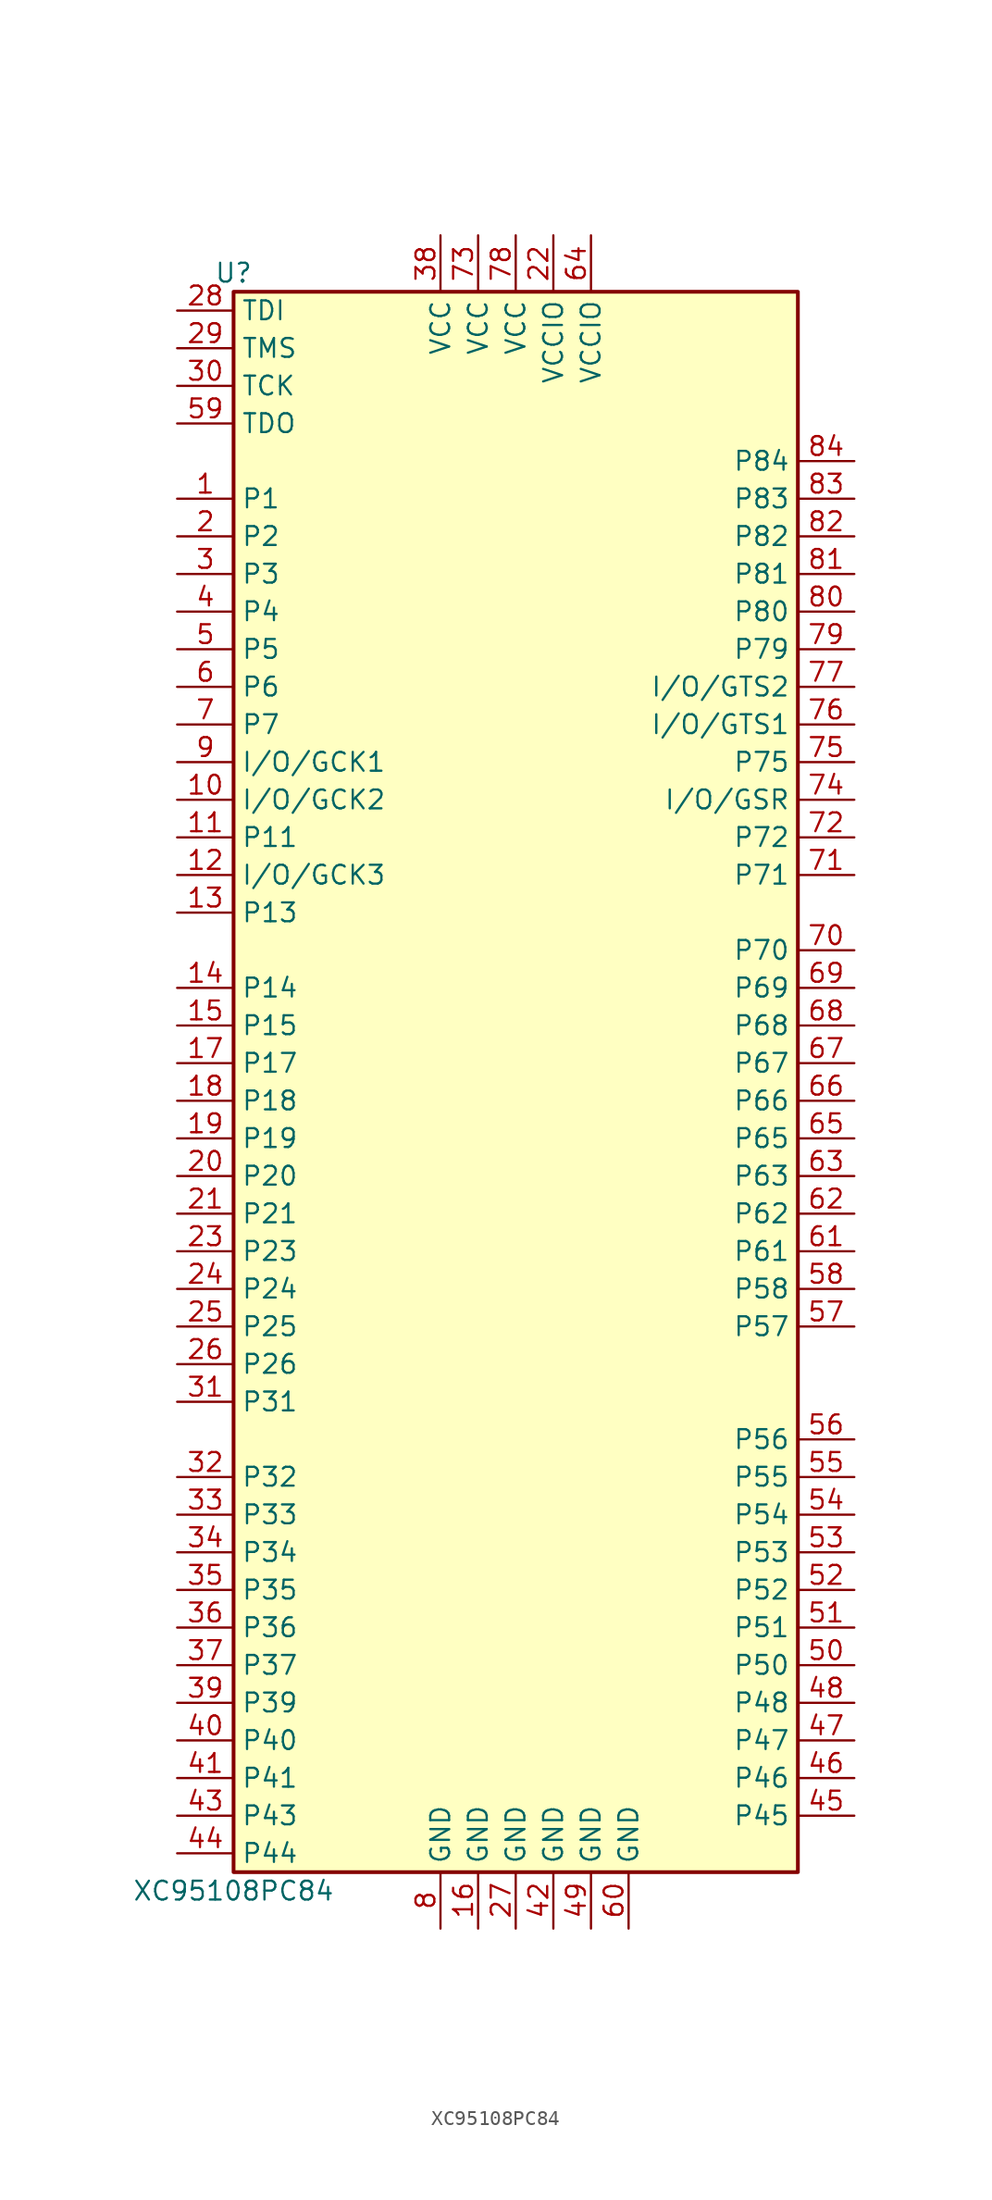
<source format=kicad_sym>
(kicad_symbol_lib
  (version 20201005)
  (generator kicad_symbol_editor)
  (symbol "CPLD_Xilinx:XC95108PC84"
    (property "Reference" "U"
      (at -19.05 53.34 0)
      (effects (font (size 1.27 1.27))))
    (property "Value" "XC95108PC84"
      (at -19.05 -55.88 0)
      (effects (font (size 1.27 1.27))))
    (symbol "XC95108PC84_1_1"
      (rectangle (start -19.05 52.07) (end 19.05 -54.61) (stroke (width 0.254)) (fill (type background)))
      (pin bidirectional line (at -22.86 38.1 0) (length 3.81) (name "P1" (effects (font (size 1.27 1.27)))) (number "1" (effects (font (size 1.27 1.27)))))
      (pin bidirectional line (at -22.86 35.56 0) (length 3.81) (name "P2" (effects (font (size 1.27 1.27)))) (number "2" (effects (font (size 1.27 1.27)))))
      (pin bidirectional line (at -22.86 33.02 0) (length 3.81) (name "P3" (effects (font (size 1.27 1.27)))) (number "3" (effects (font (size 1.27 1.27)))))
      (pin bidirectional line (at -22.86 30.48 0) (length 3.81) (name "P4" (effects (font (size 1.27 1.27)))) (number "4" (effects (font (size 1.27 1.27)))))
      (pin bidirectional line (at -22.86 27.94 0) (length 3.81) (name "P5" (effects (font (size 1.27 1.27)))) (number "5" (effects (font (size 1.27 1.27)))))
      (pin bidirectional line (at -22.86 25.4 0) (length 3.81) (name "P6" (effects (font (size 1.27 1.27)))) (number "6" (effects (font (size 1.27 1.27)))))
      (pin bidirectional line (at -22.86 22.86 0) (length 3.81) (name "P7" (effects (font (size 1.27 1.27)))) (number "7" (effects (font (size 1.27 1.27)))))
      (pin power_in line (at -5.08 -58.42 90) (length 3.81) (name "GND" (effects (font (size 1.27 1.27)))) (number "8" (effects (font (size 1.27 1.27)))))
      (pin bidirectional line (at -22.86 20.32 0) (length 3.81) (name "I/O/GCK1" (effects (font (size 1.27 1.27)))) (number "9" (effects (font (size 1.27 1.27)))))
      (pin bidirectional line (at -22.86 17.78 0) (length 3.81) (name "I/O/GCK2" (effects (font (size 1.27 1.27)))) (number "10" (effects (font (size 1.27 1.27)))))
      (pin bidirectional line (at -22.86 -7.62 0) (length 3.81) (name "P20" (effects (font (size 1.27 1.27)))) (number "20" (effects (font (size 1.27 1.27)))))
      (pin input line (at -22.86 45.72 0) (length 3.81) (name "TCK" (effects (font (size 1.27 1.27)))) (number "30" (effects (font (size 1.27 1.27)))))
      (pin bidirectional line (at -22.86 -45.72 0) (length 3.81) (name "P40" (effects (font (size 1.27 1.27)))) (number "40" (effects (font (size 1.27 1.27)))))
      (pin bidirectional line (at 22.86 -40.64 180) (length 3.81) (name "P50" (effects (font (size 1.27 1.27)))) (number "50" (effects (font (size 1.27 1.27)))))
      (pin power_in line (at 7.62 -58.42 90) (length 3.81) (name "GND" (effects (font (size 1.27 1.27)))) (number "60" (effects (font (size 1.27 1.27)))))
      (pin bidirectional line (at 22.86 7.62 180) (length 3.81) (name "P70" (effects (font (size 1.27 1.27)))) (number "70" (effects (font (size 1.27 1.27)))))
      (pin bidirectional line (at 22.86 30.48 180) (length 3.81) (name "P80" (effects (font (size 1.27 1.27)))) (number "80" (effects (font (size 1.27 1.27)))))
      (pin bidirectional line (at -22.86 15.24 0) (length 3.81) (name "P11" (effects (font (size 1.27 1.27)))) (number "11" (effects (font (size 1.27 1.27)))))
      (pin bidirectional line (at -22.86 -10.16 0) (length 3.81) (name "P21" (effects (font (size 1.27 1.27)))) (number "21" (effects (font (size 1.27 1.27)))))
      (pin bidirectional line (at -22.86 -22.86 0) (length 3.81) (name "P31" (effects (font (size 1.27 1.27)))) (number "31" (effects (font (size 1.27 1.27)))))
      (pin bidirectional line (at -22.86 -48.26 0) (length 3.81) (name "P41" (effects (font (size 1.27 1.27)))) (number "41" (effects (font (size 1.27 1.27)))))
      (pin bidirectional line (at 22.86 -38.1 180) (length 3.81) (name "P51" (effects (font (size 1.27 1.27)))) (number "51" (effects (font (size 1.27 1.27)))))
      (pin bidirectional line (at 22.86 -12.7 180) (length 3.81) (name "P61" (effects (font (size 1.27 1.27)))) (number "61" (effects (font (size 1.27 1.27)))))
      (pin bidirectional line (at 22.86 12.7 180) (length 3.81) (name "P71" (effects (font (size 1.27 1.27)))) (number "71" (effects (font (size 1.27 1.27)))))
      (pin bidirectional line (at 22.86 33.02 180) (length 3.81) (name "P81" (effects (font (size 1.27 1.27)))) (number "81" (effects (font (size 1.27 1.27)))))
      (pin bidirectional line (at -22.86 12.7 0) (length 3.81) (name "I/O/GCK3" (effects (font (size 1.27 1.27)))) (number "12" (effects (font (size 1.27 1.27)))))
      (pin power_in line (at 2.54 55.88 270) (length 3.81) (name "VCCIO" (effects (font (size 1.27 1.27)))) (number "22" (effects (font (size 1.27 1.27)))))
      (pin bidirectional line (at -22.86 -27.94 0) (length 3.81) (name "P32" (effects (font (size 1.27 1.27)))) (number "32" (effects (font (size 1.27 1.27)))))
      (pin power_in line (at 2.54 -58.42 90) (length 3.81) (name "GND" (effects (font (size 1.27 1.27)))) (number "42" (effects (font (size 1.27 1.27)))))
      (pin bidirectional line (at 22.86 -35.56 180) (length 3.81) (name "P52" (effects (font (size 1.27 1.27)))) (number "52" (effects (font (size 1.27 1.27)))))
      (pin bidirectional line (at 22.86 -10.16 180) (length 3.81) (name "P62" (effects (font (size 1.27 1.27)))) (number "62" (effects (font (size 1.27 1.27)))))
      (pin bidirectional line (at 22.86 15.24 180) (length 3.81) (name "P72" (effects (font (size 1.27 1.27)))) (number "72" (effects (font (size 1.27 1.27)))))
      (pin bidirectional line (at 22.86 35.56 180) (length 3.81) (name "P82" (effects (font (size 1.27 1.27)))) (number "82" (effects (font (size 1.27 1.27)))))
      (pin bidirectional line (at -22.86 10.16 0) (length 3.81) (name "P13" (effects (font (size 1.27 1.27)))) (number "13" (effects (font (size 1.27 1.27)))))
      (pin bidirectional line (at -22.86 -12.7 0) (length 3.81) (name "P23" (effects (font (size 1.27 1.27)))) (number "23" (effects (font (size 1.27 1.27)))))
      (pin bidirectional line (at -22.86 -30.48 0) (length 3.81) (name "P33" (effects (font (size 1.27 1.27)))) (number "33" (effects (font (size 1.27 1.27)))))
      (pin bidirectional line (at -22.86 -50.8 0) (length 3.81) (name "P43" (effects (font (size 1.27 1.27)))) (number "43" (effects (font (size 1.27 1.27)))))
      (pin bidirectional line (at 22.86 -33.02 180) (length 3.81) (name "P53" (effects (font (size 1.27 1.27)))) (number "53" (effects (font (size 1.27 1.27)))))
      (pin bidirectional line (at 22.86 -7.62 180) (length 3.81) (name "P63" (effects (font (size 1.27 1.27)))) (number "63" (effects (font (size 1.27 1.27)))))
      (pin power_in line (at -2.54 55.88 270) (length 3.81) (name "VCC" (effects (font (size 1.27 1.27)))) (number "73" (effects (font (size 1.27 1.27)))))
      (pin bidirectional line (at 22.86 38.1 180) (length 3.81) (name "P83" (effects (font (size 1.27 1.27)))) (number "83" (effects (font (size 1.27 1.27)))))
      (pin bidirectional line (at -22.86 5.08 0) (length 3.81) (name "P14" (effects (font (size 1.27 1.27)))) (number "14" (effects (font (size 1.27 1.27)))))
      (pin bidirectional line (at -22.86 -15.24 0) (length 3.81) (name "P24" (effects (font (size 1.27 1.27)))) (number "24" (effects (font (size 1.27 1.27)))))
      (pin bidirectional line (at -22.86 -33.02 0) (length 3.81) (name "P34" (effects (font (size 1.27 1.27)))) (number "34" (effects (font (size 1.27 1.27)))))
      (pin bidirectional line (at -22.86 -53.34 0) (length 3.81) (name "P44" (effects (font (size 1.27 1.27)))) (number "44" (effects (font (size 1.27 1.27)))))
      (pin bidirectional line (at 22.86 -30.48 180) (length 3.81) (name "P54" (effects (font (size 1.27 1.27)))) (number "54" (effects (font (size 1.27 1.27)))))
      (pin power_in line (at 5.08 55.88 270) (length 3.81) (name "VCCIO" (effects (font (size 1.27 1.27)))) (number "64" (effects (font (size 1.27 1.27)))))
      (pin bidirectional line (at 22.86 17.78 180) (length 3.81) (name "I/O/GSR" (effects (font (size 1.27 1.27)))) (number "74" (effects (font (size 1.27 1.27)))))
      (pin bidirectional line (at 22.86 40.64 180) (length 3.81) (name "P84" (effects (font (size 1.27 1.27)))) (number "84" (effects (font (size 1.27 1.27)))))
      (pin bidirectional line (at -22.86 2.54 0) (length 3.81) (name "P15" (effects (font (size 1.27 1.27)))) (number "15" (effects (font (size 1.27 1.27)))))
      (pin bidirectional line (at -22.86 -17.78 0) (length 3.81) (name "P25" (effects (font (size 1.27 1.27)))) (number "25" (effects (font (size 1.27 1.27)))))
      (pin bidirectional line (at -22.86 -35.56 0) (length 3.81) (name "P35" (effects (font (size 1.27 1.27)))) (number "35" (effects (font (size 1.27 1.27)))))
      (pin bidirectional line (at 22.86 -50.8 180) (length 3.81) (name "P45" (effects (font (size 1.27 1.27)))) (number "45" (effects (font (size 1.27 1.27)))))
      (pin bidirectional line (at 22.86 -27.94 180) (length 3.81) (name "P55" (effects (font (size 1.27 1.27)))) (number "55" (effects (font (size 1.27 1.27)))))
      (pin bidirectional line (at 22.86 -5.08 180) (length 3.81) (name "P65" (effects (font (size 1.27 1.27)))) (number "65" (effects (font (size 1.27 1.27)))))
      (pin bidirectional line (at 22.86 20.32 180) (length 3.81) (name "P75" (effects (font (size 1.27 1.27)))) (number "75" (effects (font (size 1.27 1.27)))))
      (pin power_in line (at -2.54 -58.42 90) (length 3.81) (name "GND" (effects (font (size 1.27 1.27)))) (number "16" (effects (font (size 1.27 1.27)))))
      (pin bidirectional line (at -22.86 -20.32 0) (length 3.81) (name "P26" (effects (font (size 1.27 1.27)))) (number "26" (effects (font (size 1.27 1.27)))))
      (pin bidirectional line (at -22.86 -38.1 0) (length 3.81) (name "P36" (effects (font (size 1.27 1.27)))) (number "36" (effects (font (size 1.27 1.27)))))
      (pin bidirectional line (at 22.86 -48.26 180) (length 3.81) (name "P46" (effects (font (size 1.27 1.27)))) (number "46" (effects (font (size 1.27 1.27)))))
      (pin bidirectional line (at 22.86 -25.4 180) (length 3.81) (name "P56" (effects (font (size 1.27 1.27)))) (number "56" (effects (font (size 1.27 1.27)))))
      (pin bidirectional line (at 22.86 -2.54 180) (length 3.81) (name "P66" (effects (font (size 1.27 1.27)))) (number "66" (effects (font (size 1.27 1.27)))))
      (pin bidirectional line (at 22.86 22.86 180) (length 3.81) (name "I/O/GTS1" (effects (font (size 1.27 1.27)))) (number "76" (effects (font (size 1.27 1.27)))))
      (pin bidirectional line (at -22.86 0 0) (length 3.81) (name "P17" (effects (font (size 1.27 1.27)))) (number "17" (effects (font (size 1.27 1.27)))))
      (pin power_in line (at 0 -58.42 90) (length 3.81) (name "GND" (effects (font (size 1.27 1.27)))) (number "27" (effects (font (size 1.27 1.27)))))
      (pin bidirectional line (at -22.86 -40.64 0) (length 3.81) (name "P37" (effects (font (size 1.27 1.27)))) (number "37" (effects (font (size 1.27 1.27)))))
      (pin bidirectional line (at 22.86 -45.72 180) (length 3.81) (name "P47" (effects (font (size 1.27 1.27)))) (number "47" (effects (font (size 1.27 1.27)))))
      (pin bidirectional line (at 22.86 -17.78 180) (length 3.81) (name "P57" (effects (font (size 1.27 1.27)))) (number "57" (effects (font (size 1.27 1.27)))))
      (pin bidirectional line (at 22.86 0 180) (length 3.81) (name "P67" (effects (font (size 1.27 1.27)))) (number "67" (effects (font (size 1.27 1.27)))))
      (pin bidirectional line (at 22.86 25.4 180) (length 3.81) (name "I/O/GTS2" (effects (font (size 1.27 1.27)))) (number "77" (effects (font (size 1.27 1.27)))))
      (pin bidirectional line (at -22.86 -2.54 0) (length 3.81) (name "P18" (effects (font (size 1.27 1.27)))) (number "18" (effects (font (size 1.27 1.27)))))
      (pin input line (at -22.86 50.8 0) (length 3.81) (name "TDI" (effects (font (size 1.27 1.27)))) (number "28" (effects (font (size 1.27 1.27)))))
      (pin power_in line (at -5.08 55.88 270) (length 3.81) (name "VCC" (effects (font (size 1.27 1.27)))) (number "38" (effects (font (size 1.27 1.27)))))
      (pin bidirectional line (at 22.86 -43.18 180) (length 3.81) (name "P48" (effects (font (size 1.27 1.27)))) (number "48" (effects (font (size 1.27 1.27)))))
      (pin bidirectional line (at 22.86 -15.24 180) (length 3.81) (name "P58" (effects (font (size 1.27 1.27)))) (number "58" (effects (font (size 1.27 1.27)))))
      (pin bidirectional line (at 22.86 2.54 180) (length 3.81) (name "P68" (effects (font (size 1.27 1.27)))) (number "68" (effects (font (size 1.27 1.27)))))
      (pin power_in line (at 0 55.88 270) (length 3.81) (name "VCC" (effects (font (size 1.27 1.27)))) (number "78" (effects (font (size 1.27 1.27)))))
      (pin bidirectional line (at -22.86 -5.08 0) (length 3.81) (name "P19" (effects (font (size 1.27 1.27)))) (number "19" (effects (font (size 1.27 1.27)))))
      (pin input line (at -22.86 48.26 0) (length 3.81) (name "TMS" (effects (font (size 1.27 1.27)))) (number "29" (effects (font (size 1.27 1.27)))))
      (pin bidirectional line (at -22.86 -43.18 0) (length 3.81) (name "P39" (effects (font (size 1.27 1.27)))) (number "39" (effects (font (size 1.27 1.27)))))
      (pin power_in line (at 5.08 -58.42 90) (length 3.81) (name "GND" (effects (font (size 1.27 1.27)))) (number "49" (effects (font (size 1.27 1.27)))))
      (pin output line (at -22.86 43.18 0) (length 3.81) (name "TDO" (effects (font (size 1.27 1.27)))) (number "59" (effects (font (size 1.27 1.27)))))
      (pin bidirectional line (at 22.86 5.08 180) (length 3.81) (name "P69" (effects (font (size 1.27 1.27)))) (number "69" (effects (font (size 1.27 1.27)))))
      (pin bidirectional line (at 22.86 27.94 180) (length 3.81) (name "P79" (effects (font (size 1.27 1.27)))) (number "79" (effects (font (size 1.27 1.27))))))))
</source>
